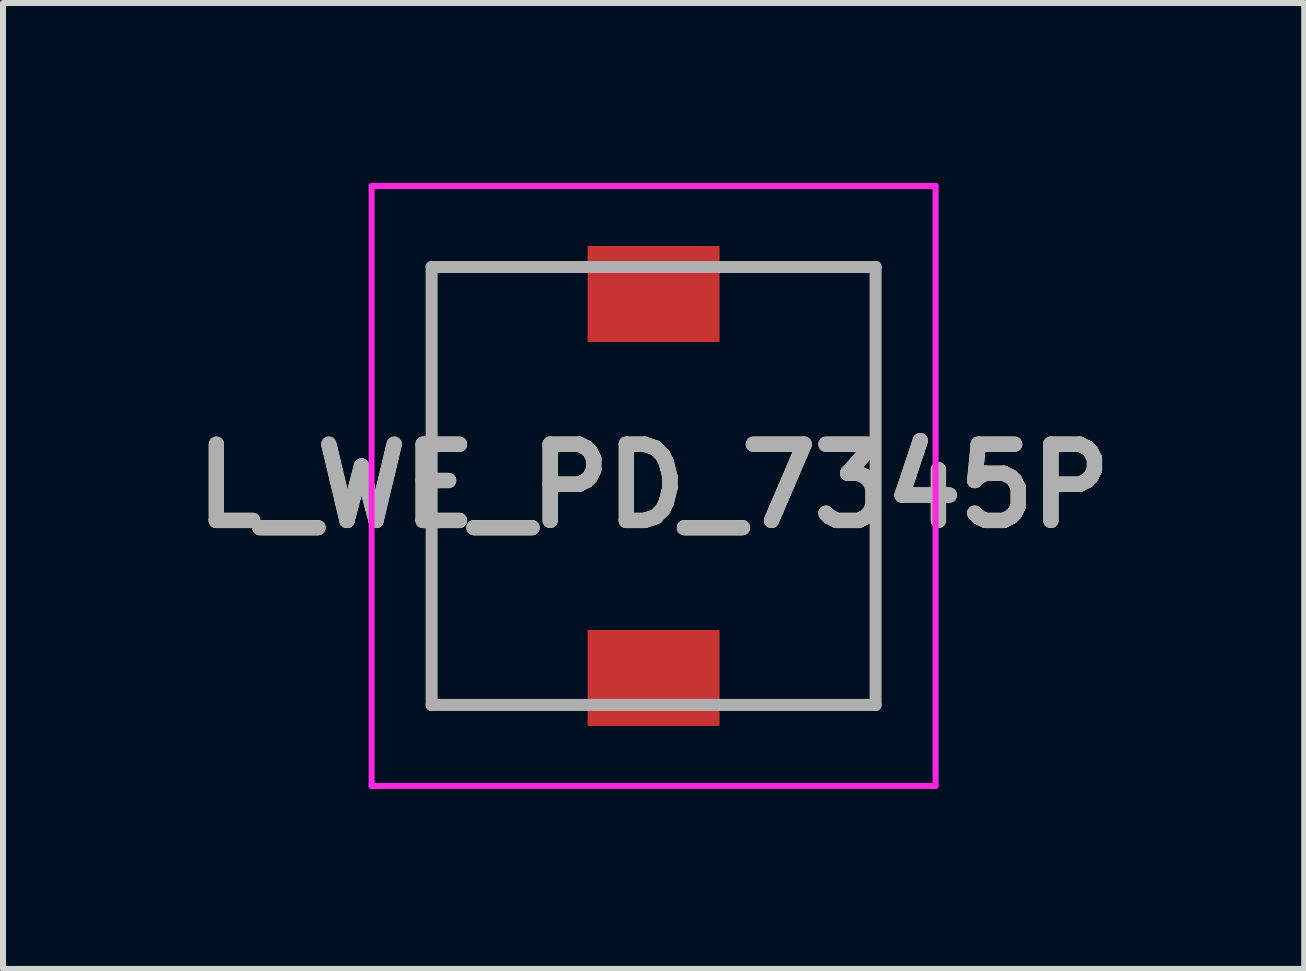
<source format=kicad_pcb>
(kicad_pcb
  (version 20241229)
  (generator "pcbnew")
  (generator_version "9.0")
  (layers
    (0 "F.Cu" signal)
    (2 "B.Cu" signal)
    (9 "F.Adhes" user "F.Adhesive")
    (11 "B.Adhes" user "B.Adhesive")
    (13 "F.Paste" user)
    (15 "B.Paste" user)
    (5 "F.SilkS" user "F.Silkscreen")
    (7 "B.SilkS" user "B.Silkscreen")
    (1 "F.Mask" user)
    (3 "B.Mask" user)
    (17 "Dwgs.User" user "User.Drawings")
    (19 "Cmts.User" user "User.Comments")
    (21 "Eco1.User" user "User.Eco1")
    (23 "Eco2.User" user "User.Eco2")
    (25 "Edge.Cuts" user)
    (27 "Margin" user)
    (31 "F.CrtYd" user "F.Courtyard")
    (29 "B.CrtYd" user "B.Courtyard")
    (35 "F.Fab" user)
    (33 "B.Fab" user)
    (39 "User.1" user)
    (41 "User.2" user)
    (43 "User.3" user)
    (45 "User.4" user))
  (footprint "L_WE_PD_7345P"
    (layer "F.Cu")
    (at 7.844 5.05)
    (property "Reference" "L_WE_PD_7345P" (at 0 0 0) (layer "F.SilkS") (effects (font (size 1.27 1.27) (thickness 0.254))))
    (attr smd)
    (fp_line (start -3.7 -3.65) (end -3.7 3.65) (stroke (width 0.1) (type solid)) (layer "F.SilkS"))
    (fp_line (start -3.7 3.65) (end -1.4 3.65) (stroke (width 0.1) (type solid)) (layer "F.SilkS"))
    (fp_line (start -1.4 -3.65) (end -3.7 -3.65) (stroke (width 0.1) (type solid)) (layer "F.SilkS"))
    (fp_line (start 1.4 -3.65) (end 3.7 -3.65) (stroke (width 0.1) (type solid)) (layer "F.SilkS"))
    (fp_line (start 3.7 -3.65) (end 3.7 3.65) (stroke (width 0.1) (type solid)) (layer "F.SilkS"))
    (fp_line (start 3.7 3.65) (end 1.4 3.65) (stroke (width 0.1) (type solid)) (layer "F.SilkS"))
    (fp_line (start -4.7 -5) (end 4.7 -5) (stroke (width 0.1) (type solid)) (layer "F.CrtYd"))
    (fp_line (start -4.7 5) (end -4.7 -5) (stroke (width 0.1) (type solid)) (layer "F.CrtYd"))
    (fp_line (start 4.7 -5) (end 4.7 5) (stroke (width 0.1) (type solid)) (layer "F.CrtYd"))
    (fp_line (start 4.7 5) (end -4.7 5) (stroke (width 0.1) (type solid)) (layer "F.CrtYd"))
    (fp_line (start -3.7 -3.65) (end 3.7 -3.65) (stroke (width 0.2) (type solid)) (layer "F.Fab"))
    (fp_line (start -3.7 3.65) (end -3.7 -3.65) (stroke (width 0.2) (type solid)) (layer "F.Fab"))
    (fp_line (start 3.7 -3.65) (end 3.7 3.65) (stroke (width 0.2) (type solid)) (layer "F.Fab"))
    (fp_line (start 3.7 3.65) (end -3.7 3.65) (stroke (width 0.2) (type solid)) (layer "F.Fab"))
    (fp_text user "${REFERENCE}" (at 0 0 0) (layer "F.Fab") (effects (font (size 1.27 1.27) (thickness 0.254))))
    (pad "1" smd rect (at 0 3.2 90) (size 1.6 2.2) (layers "F.Cu" "F.Mask" "F.Paste"))
    (pad "2" smd rect (at 0 -3.2 90) (size 1.6 2.2) (layers "F.Cu" "F.Mask" "F.Paste")))
  (gr_rect
    (start -3 -3)
    (end 18.688 13.1)
    (stroke (width 0.1) (type default))
    (fill no)
    (layer "Edge.Cuts")))
</source>
